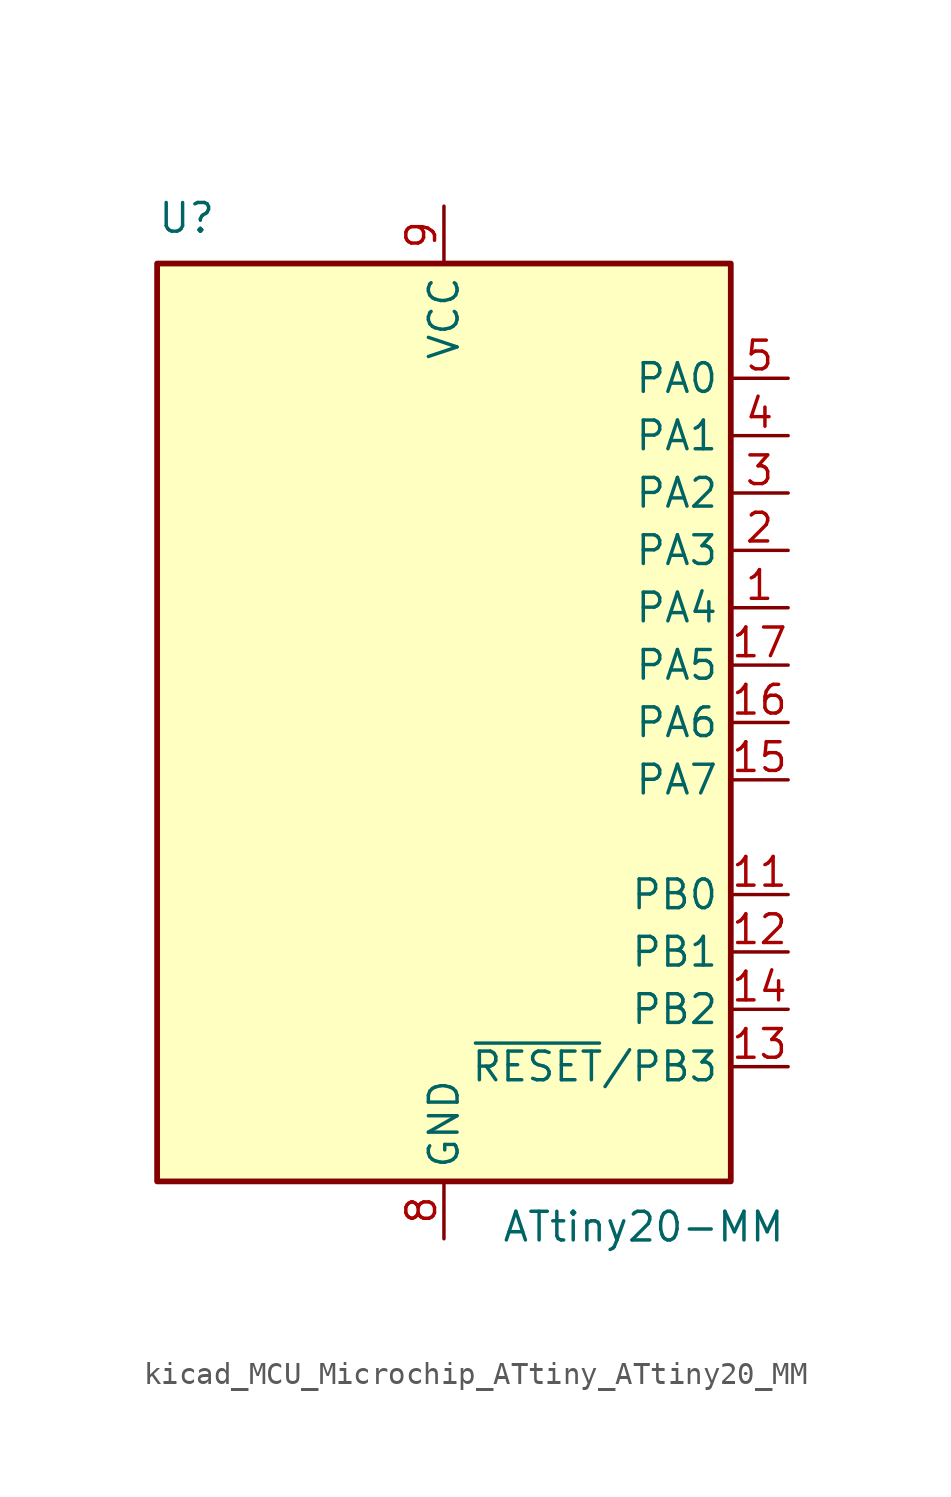
<source format=kicad_sym>
(kicad_symbol_lib
  (version 20220914)
  (generator kicad_symbol_editor)
  (symbol "kicad_MCU_Microchip_ATtiny_ATtiny20_MM"
    (property "Reference" "U"
      (at -12.7 21.59 0)
      (effects (font (size 1.27 1.27)) (justify left bottom)))
    (property "Value" "ATtiny20-MM"
      (at 2.54 -21.59 0)
      (effects (font (size 1.27 1.27)) (justify left top)))
    (symbol "kicad_MCU_Microchip_ATtiny_ATtiny20_MM_0_1"
      (rectangle (start -12.7 -20.32) (end 12.7 20.32) (stroke (width 0.254) (type default)) (fill (type background))))
    (symbol "kicad_MCU_Microchip_ATtiny_ATtiny20_MM_1_1"
      (pin bidirectional line (at 15.24 5.08 180) (length 2.54) (name "PA4" (effects (font (size 1.27 1.27)))) (number "1" (effects (font (size 1.27 1.27)))))
      (pin no_connect line (at -12.7 -10.16 0) (length 2.54) hide (name "NC" (effects (font (size 1.27 1.27)))) (number "10" (effects (font (size 1.27 1.27)))))
      (pin bidirectional line (at 15.24 -7.62 180) (length 2.54) (name "PB0" (effects (font (size 1.27 1.27)))) (number "11" (effects (font (size 1.27 1.27)))))
      (pin bidirectional line (at 15.24 -10.16 180) (length 2.54) (name "PB1" (effects (font (size 1.27 1.27)))) (number "12" (effects (font (size 1.27 1.27)))))
      (pin bidirectional line (at 15.24 -15.24 180) (length 2.54) (name "~{RESET}/PB3" (effects (font (size 1.27 1.27)))) (number "13" (effects (font (size 1.27 1.27)))))
      (pin bidirectional line (at 15.24 -12.7 180) (length 2.54) (name "PB2" (effects (font (size 1.27 1.27)))) (number "14" (effects (font (size 1.27 1.27)))))
      (pin bidirectional line (at 15.24 -2.54 180) (length 2.54) (name "PA7" (effects (font (size 1.27 1.27)))) (number "15" (effects (font (size 1.27 1.27)))))
      (pin bidirectional line (at 15.24 0 180) (length 2.54) (name "PA6" (effects (font (size 1.27 1.27)))) (number "16" (effects (font (size 1.27 1.27)))))
      (pin bidirectional line (at 15.24 2.54 180) (length 2.54) (name "PA5" (effects (font (size 1.27 1.27)))) (number "17" (effects (font (size 1.27 1.27)))))
      (pin no_connect line (at -12.7 -12.7 0) (length 2.54) hide (name "NC" (effects (font (size 1.27 1.27)))) (number "18" (effects (font (size 1.27 1.27)))))
      (pin no_connect line (at -12.7 -15.24 0) (length 2.54) hide (name "NC" (effects (font (size 1.27 1.27)))) (number "19" (effects (font (size 1.27 1.27)))))
      (pin bidirectional line (at 15.24 7.62 180) (length 2.54) (name "PA3" (effects (font (size 1.27 1.27)))) (number "2" (effects (font (size 1.27 1.27)))))
      (pin no_connect line (at -12.7 -17.78 0) (length 2.54) hide (name "NC" (effects (font (size 1.27 1.27)))) (number "20" (effects (font (size 1.27 1.27)))))
      (pin passive line (at 0 -22.86 90) (length 2.54) hide (name "GND" (effects (font (size 1.27 1.27)))) (number "21" (effects (font (size 1.27 1.27)))))
      (pin bidirectional line (at 15.24 10.16 180) (length 2.54) (name "PA2" (effects (font (size 1.27 1.27)))) (number "3" (effects (font (size 1.27 1.27)))))
      (pin bidirectional line (at 15.24 12.7 180) (length 2.54) (name "PA1" (effects (font (size 1.27 1.27)))) (number "4" (effects (font (size 1.27 1.27)))))
      (pin bidirectional line (at 15.24 15.24 180) (length 2.54) (name "PA0" (effects (font (size 1.27 1.27)))) (number "5" (effects (font (size 1.27 1.27)))))
      (pin no_connect line (at -12.7 -5.08 0) (length 2.54) hide (name "NC" (effects (font (size 1.27 1.27)))) (number "6" (effects (font (size 1.27 1.27)))))
      (pin no_connect line (at -12.7 -7.62 0) (length 2.54) hide (name "NC" (effects (font (size 1.27 1.27)))) (number "7" (effects (font (size 1.27 1.27)))))
      (pin power_in line (at 0 -22.86 90) (length 2.54) (name "GND" (effects (font (size 1.27 1.27)))) (number "8" (effects (font (size 1.27 1.27)))))
      (pin power_in line (at 0 22.86 270) (length 2.54) (name "VCC" (effects (font (size 1.27 1.27)))) (number "9" (effects (font (size 1.27 1.27))))))))
</source>
